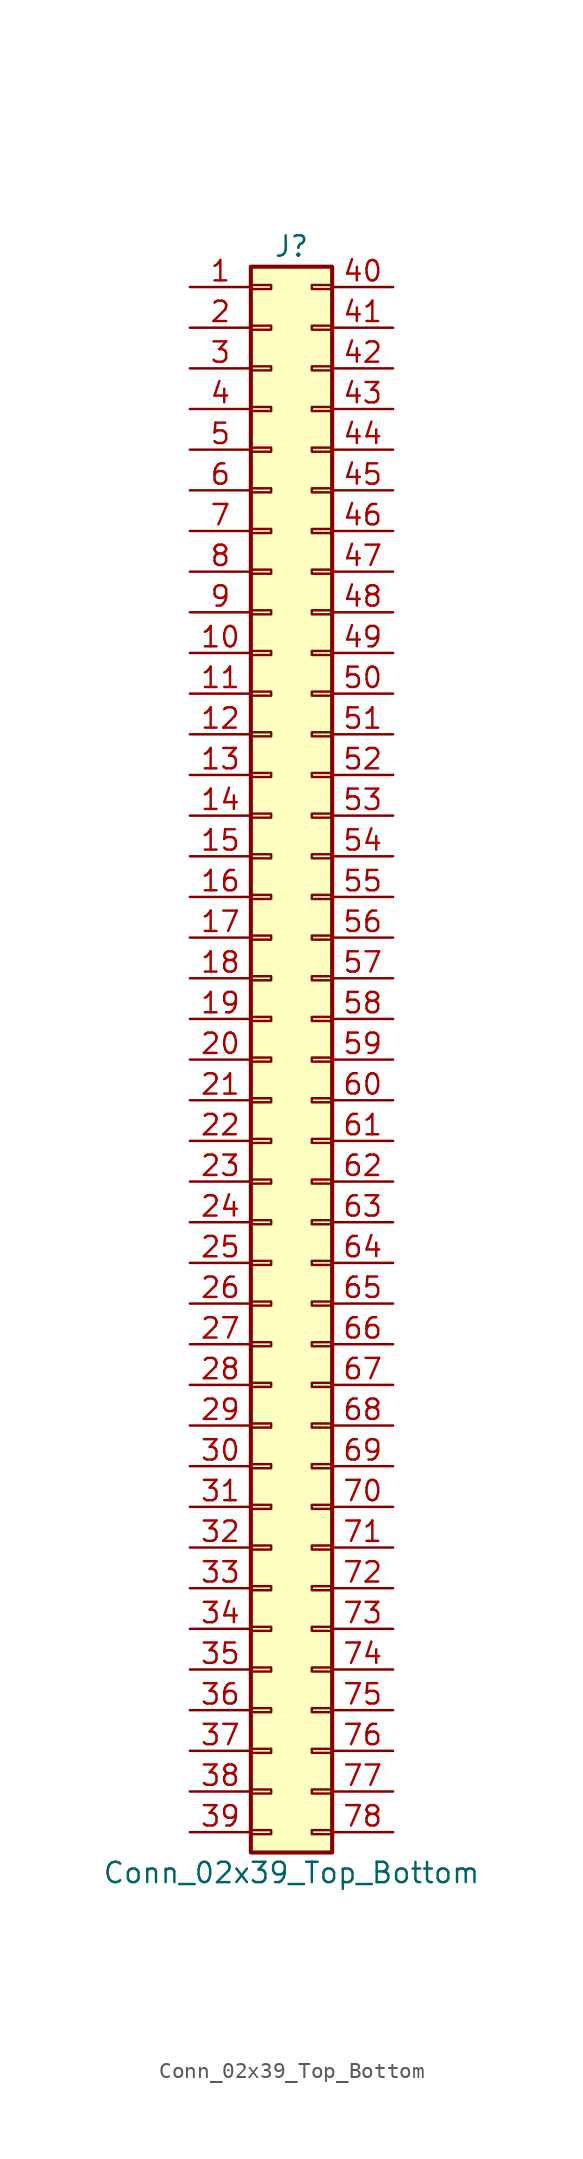
<source format=kicad_sym>
(kicad_symbol_lib
  (version 20201005)
  (generator kicad_symbol_editor)
  (symbol "Conn_02x39_Top_Bottom"
    (pin_names
      (offset 1.016) hide)
    (property "Reference" "J"
      (at 1.27 50.8 0)
      (effects (font (size 1.27 1.27))))
    (property "Value" "Conn_02x39_Top_Bottom"
      (at 1.27 -50.8 0)
      (effects (font (size 1.27 1.27))))
    (symbol "Conn_02x39_Top_Bottom_1_1"
      (rectangle (start -1.27 -48.133) (end 0 -48.387) (stroke (width 0.152)) (fill (type none)))
      (rectangle (start -1.27 -45.593) (end 0 -45.847) (stroke (width 0.152)) (fill (type none)))
      (rectangle (start -1.27 -43.053) (end 0 -43.307) (stroke (width 0.152)) (fill (type none)))
      (rectangle (start -1.27 -40.513) (end 0 -40.767) (stroke (width 0.152)) (fill (type none)))
      (rectangle (start -1.27 -37.973) (end 0 -38.227) (stroke (width 0.152)) (fill (type none)))
      (rectangle (start -1.27 -35.433) (end 0 -35.687) (stroke (width 0.152)) (fill (type none)))
      (rectangle (start -1.27 -32.893) (end 0 -33.147) (stroke (width 0.152)) (fill (type none)))
      (rectangle (start -1.27 -30.353) (end 0 -30.607) (stroke (width 0.152)) (fill (type none)))
      (rectangle (start -1.27 -27.813) (end 0 -28.067) (stroke (width 0.152)) (fill (type none)))
      (rectangle (start -1.27 -25.273) (end 0 -25.527) (stroke (width 0.152)) (fill (type none)))
      (rectangle (start -1.27 -22.733) (end 0 -22.987) (stroke (width 0.152)) (fill (type none)))
      (rectangle (start -1.27 -20.193) (end 0 -20.447) (stroke (width 0.152)) (fill (type none)))
      (rectangle (start -1.27 -17.653) (end 0 -17.907) (stroke (width 0.152)) (fill (type none)))
      (rectangle (start -1.27 -15.113) (end 0 -15.367) (stroke (width 0.152)) (fill (type none)))
      (rectangle (start -1.27 -12.573) (end 0 -12.827) (stroke (width 0.152)) (fill (type none)))
      (rectangle (start -1.27 -10.033) (end 0 -10.287) (stroke (width 0.152)) (fill (type none)))
      (rectangle (start -1.27 -7.493) (end 0 -7.747) (stroke (width 0.152)) (fill (type none)))
      (rectangle (start -1.27 -4.953) (end 0 -5.207) (stroke (width 0.152)) (fill (type none)))
      (rectangle (start -1.27 -2.413) (end 0 -2.667) (stroke (width 0.152)) (fill (type none)))
      (rectangle (start -1.27 0.127) (end 0 -0.127) (stroke (width 0.152)) (fill (type none)))
      (rectangle (start -1.27 2.667) (end 0 2.413) (stroke (width 0.152)) (fill (type none)))
      (rectangle (start -1.27 5.207) (end 0 4.953) (stroke (width 0.152)) (fill (type none)))
      (rectangle (start -1.27 7.747) (end 0 7.493) (stroke (width 0.152)) (fill (type none)))
      (rectangle (start -1.27 10.287) (end 0 10.033) (stroke (width 0.152)) (fill (type none)))
      (rectangle (start -1.27 12.827) (end 0 12.573) (stroke (width 0.152)) (fill (type none)))
      (rectangle (start -1.27 15.367) (end 0 15.113) (stroke (width 0.152)) (fill (type none)))
      (rectangle (start -1.27 17.907) (end 0 17.653) (stroke (width 0.152)) (fill (type none)))
      (rectangle (start -1.27 20.447) (end 0 20.193) (stroke (width 0.152)) (fill (type none)))
      (rectangle (start -1.27 22.987) (end 0 22.733) (stroke (width 0.152)) (fill (type none)))
      (rectangle (start -1.27 25.527) (end 0 25.273) (stroke (width 0.152)) (fill (type none)))
      (rectangle (start -1.27 28.067) (end 0 27.813) (stroke (width 0.152)) (fill (type none)))
      (rectangle (start -1.27 30.607) (end 0 30.353) (stroke (width 0.152)) (fill (type none)))
      (rectangle (start -1.27 33.147) (end 0 32.893) (stroke (width 0.152)) (fill (type none)))
      (rectangle (start -1.27 35.687) (end 0 35.433) (stroke (width 0.152)) (fill (type none)))
      (rectangle (start -1.27 38.227) (end 0 37.973) (stroke (width 0.152)) (fill (type none)))
      (rectangle (start -1.27 40.767) (end 0 40.513) (stroke (width 0.152)) (fill (type none)))
      (rectangle (start -1.27 43.307) (end 0 43.053) (stroke (width 0.152)) (fill (type none)))
      (rectangle (start -1.27 45.847) (end 0 45.593) (stroke (width 0.152)) (fill (type none)))
      (rectangle (start -1.27 48.387) (end 0 48.133) (stroke (width 0.152)) (fill (type none)))
      (rectangle (start 3.81 -48.133) (end 2.54 -48.387) (stroke (width 0.152)) (fill (type none)))
      (rectangle (start 3.81 -45.593) (end 2.54 -45.847) (stroke (width 0.152)) (fill (type none)))
      (rectangle (start 3.81 -43.053) (end 2.54 -43.307) (stroke (width 0.152)) (fill (type none)))
      (rectangle (start 3.81 -40.513) (end 2.54 -40.767) (stroke (width 0.152)) (fill (type none)))
      (rectangle (start 3.81 -37.973) (end 2.54 -38.227) (stroke (width 0.152)) (fill (type none)))
      (rectangle (start 3.81 -35.433) (end 2.54 -35.687) (stroke (width 0.152)) (fill (type none)))
      (rectangle (start 3.81 -32.893) (end 2.54 -33.147) (stroke (width 0.152)) (fill (type none)))
      (rectangle (start 3.81 -30.353) (end 2.54 -30.607) (stroke (width 0.152)) (fill (type none)))
      (rectangle (start 3.81 -27.813) (end 2.54 -28.067) (stroke (width 0.152)) (fill (type none)))
      (rectangle (start 3.81 -25.273) (end 2.54 -25.527) (stroke (width 0.152)) (fill (type none)))
      (rectangle (start 3.81 -22.733) (end 2.54 -22.987) (stroke (width 0.152)) (fill (type none)))
      (rectangle (start 3.81 -20.193) (end 2.54 -20.447) (stroke (width 0.152)) (fill (type none)))
      (rectangle (start 3.81 -17.653) (end 2.54 -17.907) (stroke (width 0.152)) (fill (type none)))
      (rectangle (start 3.81 -15.113) (end 2.54 -15.367) (stroke (width 0.152)) (fill (type none)))
      (rectangle (start 3.81 -12.573) (end 2.54 -12.827) (stroke (width 0.152)) (fill (type none)))
      (rectangle (start 3.81 -10.033) (end 2.54 -10.287) (stroke (width 0.152)) (fill (type none)))
      (rectangle (start 3.81 -7.493) (end 2.54 -7.747) (stroke (width 0.152)) (fill (type none)))
      (rectangle (start 3.81 -4.953) (end 2.54 -5.207) (stroke (width 0.152)) (fill (type none)))
      (rectangle (start 3.81 -2.413) (end 2.54 -2.667) (stroke (width 0.152)) (fill (type none)))
      (rectangle (start 3.81 0.127) (end 2.54 -0.127) (stroke (width 0.152)) (fill (type none)))
      (rectangle (start 3.81 2.667) (end 2.54 2.413) (stroke (width 0.152)) (fill (type none)))
      (rectangle (start 3.81 5.207) (end 2.54 4.953) (stroke (width 0.152)) (fill (type none)))
      (rectangle (start 3.81 7.747) (end 2.54 7.493) (stroke (width 0.152)) (fill (type none)))
      (rectangle (start 3.81 10.287) (end 2.54 10.033) (stroke (width 0.152)) (fill (type none)))
      (rectangle (start 3.81 12.827) (end 2.54 12.573) (stroke (width 0.152)) (fill (type none)))
      (rectangle (start 3.81 15.367) (end 2.54 15.113) (stroke (width 0.152)) (fill (type none)))
      (rectangle (start 3.81 17.907) (end 2.54 17.653) (stroke (width 0.152)) (fill (type none)))
      (rectangle (start 3.81 20.447) (end 2.54 20.193) (stroke (width 0.152)) (fill (type none)))
      (rectangle (start 3.81 22.987) (end 2.54 22.733) (stroke (width 0.152)) (fill (type none)))
      (rectangle (start 3.81 25.527) (end 2.54 25.273) (stroke (width 0.152)) (fill (type none)))
      (rectangle (start 3.81 28.067) (end 2.54 27.813) (stroke (width 0.152)) (fill (type none)))
      (rectangle (start 3.81 30.607) (end 2.54 30.353) (stroke (width 0.152)) (fill (type none)))
      (rectangle (start 3.81 33.147) (end 2.54 32.893) (stroke (width 0.152)) (fill (type none)))
      (rectangle (start 3.81 35.687) (end 2.54 35.433) (stroke (width 0.152)) (fill (type none)))
      (rectangle (start 3.81 38.227) (end 2.54 37.973) (stroke (width 0.152)) (fill (type none)))
      (rectangle (start 3.81 40.767) (end 2.54 40.513) (stroke (width 0.152)) (fill (type none)))
      (rectangle (start 3.81 43.307) (end 2.54 43.053) (stroke (width 0.152)) (fill (type none)))
      (rectangle (start 3.81 45.847) (end 2.54 45.593) (stroke (width 0.152)) (fill (type none)))
      (rectangle (start 3.81 48.387) (end 2.54 48.133) (stroke (width 0.152)) (fill (type none)))
      (rectangle (start -1.27 49.53) (end 3.81 -49.53) (stroke (width 0.254)) (fill (type background)))
      (pin passive line (at -5.08 48.26 0) (length 3.81) (name "Pin_1" (effects (font (size 1.27 1.27)))) (number "1" (effects (font (size 1.27 1.27)))))
      (pin passive line (at -5.08 25.4 0) (length 3.81) (name "Pin_10" (effects (font (size 1.27 1.27)))) (number "10" (effects (font (size 1.27 1.27)))))
      (pin passive line (at -5.08 22.86 0) (length 3.81) (name "Pin_11" (effects (font (size 1.27 1.27)))) (number "11" (effects (font (size 1.27 1.27)))))
      (pin passive line (at -5.08 20.32 0) (length 3.81) (name "Pin_12" (effects (font (size 1.27 1.27)))) (number "12" (effects (font (size 1.27 1.27)))))
      (pin passive line (at -5.08 17.78 0) (length 3.81) (name "Pin_13" (effects (font (size 1.27 1.27)))) (number "13" (effects (font (size 1.27 1.27)))))
      (pin passive line (at -5.08 15.24 0) (length 3.81) (name "Pin_14" (effects (font (size 1.27 1.27)))) (number "14" (effects (font (size 1.27 1.27)))))
      (pin passive line (at -5.08 12.7 0) (length 3.81) (name "Pin_15" (effects (font (size 1.27 1.27)))) (number "15" (effects (font (size 1.27 1.27)))))
      (pin passive line (at -5.08 10.16 0) (length 3.81) (name "Pin_16" (effects (font (size 1.27 1.27)))) (number "16" (effects (font (size 1.27 1.27)))))
      (pin passive line (at -5.08 7.62 0) (length 3.81) (name "Pin_17" (effects (font (size 1.27 1.27)))) (number "17" (effects (font (size 1.27 1.27)))))
      (pin passive line (at -5.08 5.08 0) (length 3.81) (name "Pin_18" (effects (font (size 1.27 1.27)))) (number "18" (effects (font (size 1.27 1.27)))))
      (pin passive line (at -5.08 2.54 0) (length 3.81) (name "Pin_19" (effects (font (size 1.27 1.27)))) (number "19" (effects (font (size 1.27 1.27)))))
      (pin passive line (at -5.08 45.72 0) (length 3.81) (name "Pin_2" (effects (font (size 1.27 1.27)))) (number "2" (effects (font (size 1.27 1.27)))))
      (pin passive line (at -5.08 0 0) (length 3.81) (name "Pin_20" (effects (font (size 1.27 1.27)))) (number "20" (effects (font (size 1.27 1.27)))))
      (pin passive line (at -5.08 -2.54 0) (length 3.81) (name "Pin_21" (effects (font (size 1.27 1.27)))) (number "21" (effects (font (size 1.27 1.27)))))
      (pin passive line (at -5.08 -5.08 0) (length 3.81) (name "Pin_22" (effects (font (size 1.27 1.27)))) (number "22" (effects (font (size 1.27 1.27)))))
      (pin passive line (at -5.08 -7.62 0) (length 3.81) (name "Pin_23" (effects (font (size 1.27 1.27)))) (number "23" (effects (font (size 1.27 1.27)))))
      (pin passive line (at -5.08 -10.16 0) (length 3.81) (name "Pin_24" (effects (font (size 1.27 1.27)))) (number "24" (effects (font (size 1.27 1.27)))))
      (pin passive line (at -5.08 -12.7 0) (length 3.81) (name "Pin_25" (effects (font (size 1.27 1.27)))) (number "25" (effects (font (size 1.27 1.27)))))
      (pin passive line (at -5.08 -15.24 0) (length 3.81) (name "Pin_26" (effects (font (size 1.27 1.27)))) (number "26" (effects (font (size 1.27 1.27)))))
      (pin passive line (at -5.08 -17.78 0) (length 3.81) (name "Pin_27" (effects (font (size 1.27 1.27)))) (number "27" (effects (font (size 1.27 1.27)))))
      (pin passive line (at -5.08 -20.32 0) (length 3.81) (name "Pin_28" (effects (font (size 1.27 1.27)))) (number "28" (effects (font (size 1.27 1.27)))))
      (pin passive line (at -5.08 -22.86 0) (length 3.81) (name "Pin_29" (effects (font (size 1.27 1.27)))) (number "29" (effects (font (size 1.27 1.27)))))
      (pin passive line (at -5.08 43.18 0) (length 3.81) (name "Pin_3" (effects (font (size 1.27 1.27)))) (number "3" (effects (font (size 1.27 1.27)))))
      (pin passive line (at -5.08 -25.4 0) (length 3.81) (name "Pin_30" (effects (font (size 1.27 1.27)))) (number "30" (effects (font (size 1.27 1.27)))))
      (pin passive line (at -5.08 -27.94 0) (length 3.81) (name "Pin_31" (effects (font (size 1.27 1.27)))) (number "31" (effects (font (size 1.27 1.27)))))
      (pin passive line (at -5.08 -30.48 0) (length 3.81) (name "Pin_32" (effects (font (size 1.27 1.27)))) (number "32" (effects (font (size 1.27 1.27)))))
      (pin passive line (at -5.08 -33.02 0) (length 3.81) (name "Pin_33" (effects (font (size 1.27 1.27)))) (number "33" (effects (font (size 1.27 1.27)))))
      (pin passive line (at -5.08 -35.56 0) (length 3.81) (name "Pin_34" (effects (font (size 1.27 1.27)))) (number "34" (effects (font (size 1.27 1.27)))))
      (pin passive line (at -5.08 -38.1 0) (length 3.81) (name "Pin_35" (effects (font (size 1.27 1.27)))) (number "35" (effects (font (size 1.27 1.27)))))
      (pin passive line (at -5.08 -40.64 0) (length 3.81) (name "Pin_36" (effects (font (size 1.27 1.27)))) (number "36" (effects (font (size 1.27 1.27)))))
      (pin passive line (at -5.08 -43.18 0) (length 3.81) (name "Pin_37" (effects (font (size 1.27 1.27)))) (number "37" (effects (font (size 1.27 1.27)))))
      (pin passive line (at -5.08 -45.72 0) (length 3.81) (name "Pin_38" (effects (font (size 1.27 1.27)))) (number "38" (effects (font (size 1.27 1.27)))))
      (pin passive line (at -5.08 -48.26 0) (length 3.81) (name "Pin_39" (effects (font (size 1.27 1.27)))) (number "39" (effects (font (size 1.27 1.27)))))
      (pin passive line (at -5.08 40.64 0) (length 3.81) (name "Pin_4" (effects (font (size 1.27 1.27)))) (number "4" (effects (font (size 1.27 1.27)))))
      (pin passive line (at 7.62 48.26 180) (length 3.81) (name "Pin_40" (effects (font (size 1.27 1.27)))) (number "40" (effects (font (size 1.27 1.27)))))
      (pin passive line (at 7.62 45.72 180) (length 3.81) (name "Pin_41" (effects (font (size 1.27 1.27)))) (number "41" (effects (font (size 1.27 1.27)))))
      (pin passive line (at 7.62 43.18 180) (length 3.81) (name "Pin_42" (effects (font (size 1.27 1.27)))) (number "42" (effects (font (size 1.27 1.27)))))
      (pin passive line (at 7.62 40.64 180) (length 3.81) (name "Pin_43" (effects (font (size 1.27 1.27)))) (number "43" (effects (font (size 1.27 1.27)))))
      (pin passive line (at 7.62 38.1 180) (length 3.81) (name "Pin_44" (effects (font (size 1.27 1.27)))) (number "44" (effects (font (size 1.27 1.27)))))
      (pin passive line (at 7.62 35.56 180) (length 3.81) (name "Pin_45" (effects (font (size 1.27 1.27)))) (number "45" (effects (font (size 1.27 1.27)))))
      (pin passive line (at 7.62 33.02 180) (length 3.81) (name "Pin_46" (effects (font (size 1.27 1.27)))) (number "46" (effects (font (size 1.27 1.27)))))
      (pin passive line (at 7.62 30.48 180) (length 3.81) (name "Pin_47" (effects (font (size 1.27 1.27)))) (number "47" (effects (font (size 1.27 1.27)))))
      (pin passive line (at 7.62 27.94 180) (length 3.81) (name "Pin_48" (effects (font (size 1.27 1.27)))) (number "48" (effects (font (size 1.27 1.27)))))
      (pin passive line (at 7.62 25.4 180) (length 3.81) (name "Pin_49" (effects (font (size 1.27 1.27)))) (number "49" (effects (font (size 1.27 1.27)))))
      (pin passive line (at -5.08 38.1 0) (length 3.81) (name "Pin_5" (effects (font (size 1.27 1.27)))) (number "5" (effects (font (size 1.27 1.27)))))
      (pin passive line (at 7.62 22.86 180) (length 3.81) (name "Pin_50" (effects (font (size 1.27 1.27)))) (number "50" (effects (font (size 1.27 1.27)))))
      (pin passive line (at 7.62 20.32 180) (length 3.81) (name "Pin_51" (effects (font (size 1.27 1.27)))) (number "51" (effects (font (size 1.27 1.27)))))
      (pin passive line (at 7.62 17.78 180) (length 3.81) (name "Pin_52" (effects (font (size 1.27 1.27)))) (number "52" (effects (font (size 1.27 1.27)))))
      (pin passive line (at 7.62 15.24 180) (length 3.81) (name "Pin_53" (effects (font (size 1.27 1.27)))) (number "53" (effects (font (size 1.27 1.27)))))
      (pin passive line (at 7.62 12.7 180) (length 3.81) (name "Pin_54" (effects (font (size 1.27 1.27)))) (number "54" (effects (font (size 1.27 1.27)))))
      (pin passive line (at 7.62 10.16 180) (length 3.81) (name "Pin_55" (effects (font (size 1.27 1.27)))) (number "55" (effects (font (size 1.27 1.27)))))
      (pin passive line (at 7.62 7.62 180) (length 3.81) (name "Pin_56" (effects (font (size 1.27 1.27)))) (number "56" (effects (font (size 1.27 1.27)))))
      (pin passive line (at 7.62 5.08 180) (length 3.81) (name "Pin_57" (effects (font (size 1.27 1.27)))) (number "57" (effects (font (size 1.27 1.27)))))
      (pin passive line (at 7.62 2.54 180) (length 3.81) (name "Pin_58" (effects (font (size 1.27 1.27)))) (number "58" (effects (font (size 1.27 1.27)))))
      (pin passive line (at 7.62 0 180) (length 3.81) (name "Pin_59" (effects (font (size 1.27 1.27)))) (number "59" (effects (font (size 1.27 1.27)))))
      (pin passive line (at -5.08 35.56 0) (length 3.81) (name "Pin_6" (effects (font (size 1.27 1.27)))) (number "6" (effects (font (size 1.27 1.27)))))
      (pin passive line (at 7.62 -2.54 180) (length 3.81) (name "Pin_60" (effects (font (size 1.27 1.27)))) (number "60" (effects (font (size 1.27 1.27)))))
      (pin passive line (at 7.62 -5.08 180) (length 3.81) (name "Pin_61" (effects (font (size 1.27 1.27)))) (number "61" (effects (font (size 1.27 1.27)))))
      (pin passive line (at 7.62 -7.62 180) (length 3.81) (name "Pin_62" (effects (font (size 1.27 1.27)))) (number "62" (effects (font (size 1.27 1.27)))))
      (pin passive line (at 7.62 -10.16 180) (length 3.81) (name "Pin_63" (effects (font (size 1.27 1.27)))) (number "63" (effects (font (size 1.27 1.27)))))
      (pin passive line (at 7.62 -12.7 180) (length 3.81) (name "Pin_64" (effects (font (size 1.27 1.27)))) (number "64" (effects (font (size 1.27 1.27)))))
      (pin passive line (at 7.62 -15.24 180) (length 3.81) (name "Pin_65" (effects (font (size 1.27 1.27)))) (number "65" (effects (font (size 1.27 1.27)))))
      (pin passive line (at 7.62 -17.78 180) (length 3.81) (name "Pin_66" (effects (font (size 1.27 1.27)))) (number "66" (effects (font (size 1.27 1.27)))))
      (pin passive line (at 7.62 -20.32 180) (length 3.81) (name "Pin_67" (effects (font (size 1.27 1.27)))) (number "67" (effects (font (size 1.27 1.27)))))
      (pin passive line (at 7.62 -22.86 180) (length 3.81) (name "Pin_68" (effects (font (size 1.27 1.27)))) (number "68" (effects (font (size 1.27 1.27)))))
      (pin passive line (at 7.62 -25.4 180) (length 3.81) (name "Pin_69" (effects (font (size 1.27 1.27)))) (number "69" (effects (font (size 1.27 1.27)))))
      (pin passive line (at -5.08 33.02 0) (length 3.81) (name "Pin_7" (effects (font (size 1.27 1.27)))) (number "7" (effects (font (size 1.27 1.27)))))
      (pin passive line (at 7.62 -27.94 180) (length 3.81) (name "Pin_70" (effects (font (size 1.27 1.27)))) (number "70" (effects (font (size 1.27 1.27)))))
      (pin passive line (at 7.62 -30.48 180) (length 3.81) (name "Pin_71" (effects (font (size 1.27 1.27)))) (number "71" (effects (font (size 1.27 1.27)))))
      (pin passive line (at 7.62 -33.02 180) (length 3.81) (name "Pin_72" (effects (font (size 1.27 1.27)))) (number "72" (effects (font (size 1.27 1.27)))))
      (pin passive line (at 7.62 -35.56 180) (length 3.81) (name "Pin_73" (effects (font (size 1.27 1.27)))) (number "73" (effects (font (size 1.27 1.27)))))
      (pin passive line (at 7.62 -38.1 180) (length 3.81) (name "Pin_74" (effects (font (size 1.27 1.27)))) (number "74" (effects (font (size 1.27 1.27)))))
      (pin passive line (at 7.62 -40.64 180) (length 3.81) (name "Pin_75" (effects (font (size 1.27 1.27)))) (number "75" (effects (font (size 1.27 1.27)))))
      (pin passive line (at 7.62 -43.18 180) (length 3.81) (name "Pin_76" (effects (font (size 1.27 1.27)))) (number "76" (effects (font (size 1.27 1.27)))))
      (pin passive line (at 7.62 -45.72 180) (length 3.81) (name "Pin_77" (effects (font (size 1.27 1.27)))) (number "77" (effects (font (size 1.27 1.27)))))
      (pin passive line (at 7.62 -48.26 180) (length 3.81) (name "Pin_78" (effects (font (size 1.27 1.27)))) (number "78" (effects (font (size 1.27 1.27)))))
      (pin passive line (at -5.08 30.48 0) (length 3.81) (name "Pin_8" (effects (font (size 1.27 1.27)))) (number "8" (effects (font (size 1.27 1.27)))))
      (pin passive line (at -5.08 27.94 0) (length 3.81) (name "Pin_9" (effects (font (size 1.27 1.27)))) (number "9" (effects (font (size 1.27 1.27))))))))
</source>
